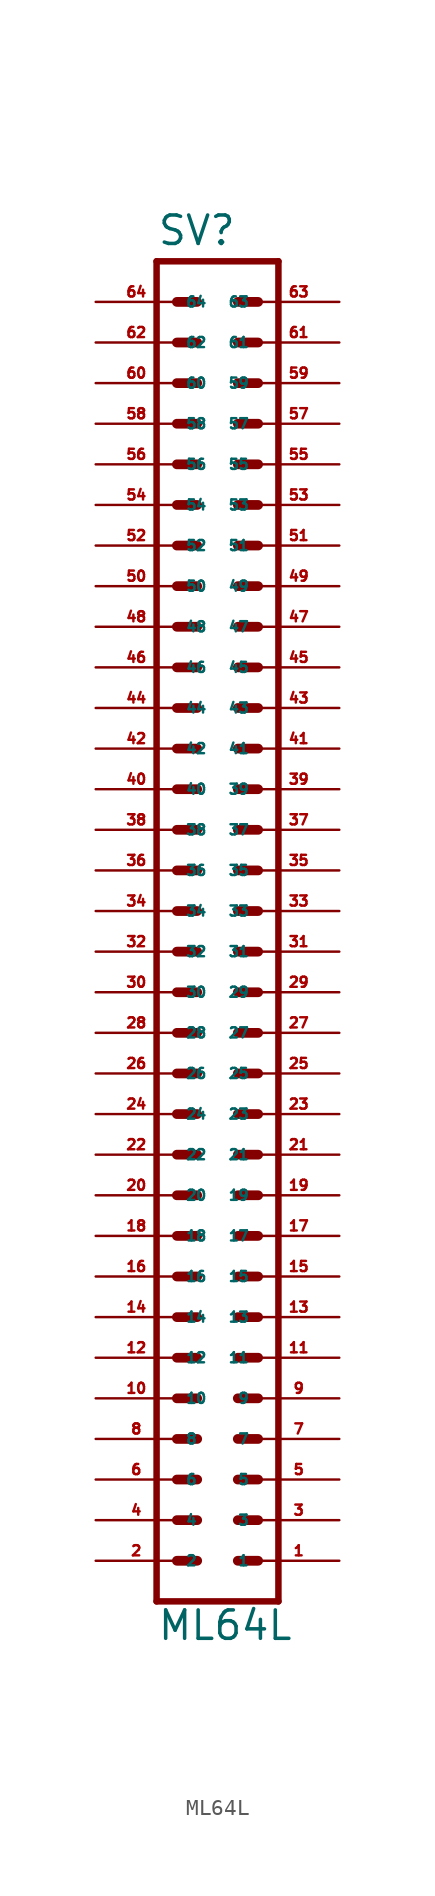
<source format=kicad_sym>
(kicad_symbol_lib
  (version 20220914)
  (generator Eagle2Kicad)
  (symbol "ML64L"
    (property "Reference" "SV"
      (at -3.81 44.069 0)
      (effects (font (size 1.778 1.778) (thickness 0.22)) (justify left bottom)))
    (property "Value" "ML64L"
      (at -3.81 -43.18 0)
      (effects (font (size 1.778 1.778) (thickness 0.22)) (justify left bottom)))
    (polyline
      (pts (xy 3.81 -40.64) (xy -3.81 -40.64))
      (stroke (width 0.406) (type default))
      (fill (type none)))
    (polyline
      (pts (xy -3.81 43.18) (xy -3.81 -40.64))
      (stroke (width 0.406) (type default))
      (fill (type none)))
    (polyline
      (pts (xy -3.81 43.18) (xy 3.81 43.18))
      (stroke (width 0.406) (type default))
      (fill (type none)))
    (polyline
      (pts (xy 3.81 -40.64) (xy 3.81 43.18))
      (stroke (width 0.406) (type default))
      (fill (type none)))
    (polyline
      (pts (xy 1.27 -27.94) (xy 2.54 -27.94))
      (stroke (width 0.61) (type default))
      (fill (type none)))
    (polyline
      (pts (xy 1.27 -30.48) (xy 2.54 -30.48))
      (stroke (width 0.61) (type default))
      (fill (type none)))
    (polyline
      (pts (xy 1.27 -33.02) (xy 2.54 -33.02))
      (stroke (width 0.61) (type default))
      (fill (type none)))
    (polyline
      (pts (xy 1.27 -35.56) (xy 2.54 -35.56))
      (stroke (width 0.61) (type default))
      (fill (type none)))
    (polyline
      (pts (xy 1.27 -38.1) (xy 2.54 -38.1))
      (stroke (width 0.61) (type default))
      (fill (type none)))
    (polyline
      (pts (xy -2.54 -27.94) (xy -1.27 -27.94))
      (stroke (width 0.61) (type default))
      (fill (type none)))
    (polyline
      (pts (xy -2.54 -30.48) (xy -1.27 -30.48))
      (stroke (width 0.61) (type default))
      (fill (type none)))
    (polyline
      (pts (xy -2.54 -33.02) (xy -1.27 -33.02))
      (stroke (width 0.61) (type default))
      (fill (type none)))
    (polyline
      (pts (xy -2.54 -35.56) (xy -1.27 -35.56))
      (stroke (width 0.61) (type default))
      (fill (type none)))
    (polyline
      (pts (xy -2.54 -38.1) (xy -1.27 -38.1))
      (stroke (width 0.61) (type default))
      (fill (type none)))
    (polyline
      (pts (xy 1.27 -25.4) (xy 2.54 -25.4))
      (stroke (width 0.61) (type default))
      (fill (type none)))
    (polyline
      (pts (xy 1.27 -22.86) (xy 2.54 -22.86))
      (stroke (width 0.61) (type default))
      (fill (type none)))
    (polyline
      (pts (xy 1.27 -20.32) (xy 2.54 -20.32))
      (stroke (width 0.61) (type default))
      (fill (type none)))
    (polyline
      (pts (xy 1.27 -17.78) (xy 2.54 -17.78))
      (stroke (width 0.61) (type default))
      (fill (type none)))
    (polyline
      (pts (xy 1.27 -15.24) (xy 2.54 -15.24))
      (stroke (width 0.61) (type default))
      (fill (type none)))
    (polyline
      (pts (xy -2.54 -25.4) (xy -1.27 -25.4))
      (stroke (width 0.61) (type default))
      (fill (type none)))
    (polyline
      (pts (xy -2.54 -22.86) (xy -1.27 -22.86))
      (stroke (width 0.61) (type default))
      (fill (type none)))
    (polyline
      (pts (xy -2.54 -20.32) (xy -1.27 -20.32))
      (stroke (width 0.61) (type default))
      (fill (type none)))
    (polyline
      (pts (xy -2.54 -17.78) (xy -1.27 -17.78))
      (stroke (width 0.61) (type default))
      (fill (type none)))
    (polyline
      (pts (xy -2.54 -15.24) (xy -1.27 -15.24))
      (stroke (width 0.61) (type default))
      (fill (type none)))
    (polyline
      (pts (xy 1.27 -12.7) (xy 2.54 -12.7))
      (stroke (width 0.61) (type default))
      (fill (type none)))
    (polyline
      (pts (xy 1.27 -10.16) (xy 2.54 -10.16))
      (stroke (width 0.61) (type default))
      (fill (type none)))
    (polyline
      (pts (xy 1.27 -7.62) (xy 2.54 -7.62))
      (stroke (width 0.61) (type default))
      (fill (type none)))
    (polyline
      (pts (xy -2.54 -12.7) (xy -1.27 -12.7))
      (stroke (width 0.61) (type default))
      (fill (type none)))
    (polyline
      (pts (xy -2.54 -10.16) (xy -1.27 -10.16))
      (stroke (width 0.61) (type default))
      (fill (type none)))
    (polyline
      (pts (xy -2.54 -7.62) (xy -1.27 -7.62))
      (stroke (width 0.61) (type default))
      (fill (type none)))
    (polyline
      (pts (xy 1.27 -5.08) (xy 2.54 -5.08))
      (stroke (width 0.61) (type default))
      (fill (type none)))
    (polyline
      (pts (xy 1.27 -2.54) (xy 2.54 -2.54))
      (stroke (width 0.61) (type default))
      (fill (type none)))
    (polyline
      (pts (xy 1.27 0) (xy 2.54 0))
      (stroke (width 0.61) (type default))
      (fill (type none)))
    (polyline
      (pts (xy 1.27 2.54) (xy 2.54 2.54))
      (stroke (width 0.61) (type default))
      (fill (type none)))
    (polyline
      (pts (xy 1.27 5.08) (xy 2.54 5.08))
      (stroke (width 0.61) (type default))
      (fill (type none)))
    (polyline
      (pts (xy 1.27 7.62) (xy 2.54 7.62))
      (stroke (width 0.61) (type default))
      (fill (type none)))
    (polyline
      (pts (xy 1.27 10.16) (xy 2.54 10.16))
      (stroke (width 0.61) (type default))
      (fill (type none)))
    (polyline
      (pts (xy -2.54 -5.08) (xy -1.27 -5.08))
      (stroke (width 0.61) (type default))
      (fill (type none)))
    (polyline
      (pts (xy -2.54 -2.54) (xy -1.27 -2.54))
      (stroke (width 0.61) (type default))
      (fill (type none)))
    (polyline
      (pts (xy -2.54 0) (xy -1.27 0))
      (stroke (width 0.61) (type default))
      (fill (type none)))
    (polyline
      (pts (xy -2.54 2.54) (xy -1.27 2.54))
      (stroke (width 0.61) (type default))
      (fill (type none)))
    (polyline
      (pts (xy -2.54 5.08) (xy -1.27 5.08))
      (stroke (width 0.61) (type default))
      (fill (type none)))
    (polyline
      (pts (xy -2.54 7.62) (xy -1.27 7.62))
      (stroke (width 0.61) (type default))
      (fill (type none)))
    (polyline
      (pts (xy -2.54 10.16) (xy -1.27 10.16))
      (stroke (width 0.61) (type default))
      (fill (type none)))
    (polyline
      (pts (xy -2.54 12.7) (xy -1.27 12.7))
      (stroke (width 0.61) (type default))
      (fill (type none)))
    (polyline
      (pts (xy -2.54 15.24) (xy -1.27 15.24))
      (stroke (width 0.61) (type default))
      (fill (type none)))
    (polyline
      (pts (xy -2.54 17.78) (xy -1.27 17.78))
      (stroke (width 0.61) (type default))
      (fill (type none)))
    (polyline
      (pts (xy 1.27 12.7) (xy 2.54 12.7))
      (stroke (width 0.61) (type default))
      (fill (type none)))
    (polyline
      (pts (xy 1.27 15.24) (xy 2.54 15.24))
      (stroke (width 0.61) (type default))
      (fill (type none)))
    (polyline
      (pts (xy 1.27 17.78) (xy 2.54 17.78))
      (stroke (width 0.61) (type default))
      (fill (type none)))
    (polyline
      (pts (xy -2.54 20.32) (xy -1.27 20.32))
      (stroke (width 0.61) (type default))
      (fill (type none)))
    (polyline
      (pts (xy -2.54 22.86) (xy -1.27 22.86))
      (stroke (width 0.61) (type default))
      (fill (type none)))
    (polyline
      (pts (xy 1.27 20.32) (xy 2.54 20.32))
      (stroke (width 0.61) (type default))
      (fill (type none)))
    (polyline
      (pts (xy 1.27 22.86) (xy 2.54 22.86))
      (stroke (width 0.61) (type default))
      (fill (type none)))
    (polyline
      (pts (xy -2.54 25.4) (xy -1.27 25.4))
      (stroke (width 0.61) (type default))
      (fill (type none)))
    (polyline
      (pts (xy -2.54 27.94) (xy -1.27 27.94))
      (stroke (width 0.61) (type default))
      (fill (type none)))
    (polyline
      (pts (xy -2.54 30.48) (xy -1.27 30.48))
      (stroke (width 0.61) (type default))
      (fill (type none)))
    (polyline
      (pts (xy -2.54 33.02) (xy -1.27 33.02))
      (stroke (width 0.61) (type default))
      (fill (type none)))
    (polyline
      (pts (xy -2.54 35.56) (xy -1.27 35.56))
      (stroke (width 0.61) (type default))
      (fill (type none)))
    (polyline
      (pts (xy -2.54 38.1) (xy -1.27 38.1))
      (stroke (width 0.61) (type default))
      (fill (type none)))
    (polyline
      (pts (xy -2.54 40.64) (xy -1.27 40.64))
      (stroke (width 0.61) (type default))
      (fill (type none)))
    (polyline
      (pts (xy 1.27 25.4) (xy 2.54 25.4))
      (stroke (width 0.61) (type default))
      (fill (type none)))
    (polyline
      (pts (xy 1.27 27.94) (xy 2.54 27.94))
      (stroke (width 0.61) (type default))
      (fill (type none)))
    (polyline
      (pts (xy 1.27 30.48) (xy 2.54 30.48))
      (stroke (width 0.61) (type default))
      (fill (type none)))
    (polyline
      (pts (xy 1.27 33.02) (xy 2.54 33.02))
      (stroke (width 0.61) (type default))
      (fill (type none)))
    (polyline
      (pts (xy 1.27 35.56) (xy 2.54 35.56))
      (stroke (width 0.61) (type default))
      (fill (type none)))
    (polyline
      (pts (xy 1.27 38.1) (xy 2.54 38.1))
      (stroke (width 0.61) (type default))
      (fill (type none)))
    (polyline
      (pts (xy 1.27 40.64) (xy 2.54 40.64))
      (stroke (width 0.61) (type default))
      (fill (type none)))
    (pin passive line
      (at 7.62 -38.1 180)
      (length 5.08)
      (name "1" (effects (font (size 0.635 0.635) (thickness 0.08)) (justify left bottom)))
      (number "1" (effects (font (size 0.635 0.635) (thickness 0.08)) (justify left bottom))))
    (pin passive line
      (at 7.62 -35.56 180)
      (length 5.08)
      (name "3" (effects (font (size 0.635 0.635) (thickness 0.08)) (justify left bottom)))
      (number "3" (effects (font (size 0.635 0.635) (thickness 0.08)) (justify left bottom))))
    (pin passive line
      (at 7.62 -33.02 180)
      (length 5.08)
      (name "5" (effects (font (size 0.635 0.635) (thickness 0.08)) (justify left bottom)))
      (number "5" (effects (font (size 0.635 0.635) (thickness 0.08)) (justify left bottom))))
    (pin passive line
      (at 7.62 -30.48 180)
      (length 5.08)
      (name "7" (effects (font (size 0.635 0.635) (thickness 0.08)) (justify left bottom)))
      (number "7" (effects (font (size 0.635 0.635) (thickness 0.08)) (justify left bottom))))
    (pin passive line
      (at 7.62 -27.94 180)
      (length 5.08)
      (name "9" (effects (font (size 0.635 0.635) (thickness 0.08)) (justify left bottom)))
      (number "9" (effects (font (size 0.635 0.635) (thickness 0.08)) (justify left bottom))))
    (pin passive line
      (at 7.62 -25.4 180)
      (length 5.08)
      (name "11" (effects (font (size 0.635 0.635) (thickness 0.08)) (justify left bottom)))
      (number "11" (effects (font (size 0.635 0.635) (thickness 0.08)) (justify left bottom))))
    (pin passive line
      (at 7.62 -22.86 180)
      (length 5.08)
      (name "13" (effects (font (size 0.635 0.635) (thickness 0.08)) (justify left bottom)))
      (number "13" (effects (font (size 0.635 0.635) (thickness 0.08)) (justify left bottom))))
    (pin passive line
      (at 7.62 -20.32 180)
      (length 5.08)
      (name "15" (effects (font (size 0.635 0.635) (thickness 0.08)) (justify left bottom)))
      (number "15" (effects (font (size 0.635 0.635) (thickness 0.08)) (justify left bottom))))
    (pin passive line
      (at 7.62 -17.78 180)
      (length 5.08)
      (name "17" (effects (font (size 0.635 0.635) (thickness 0.08)) (justify left bottom)))
      (number "17" (effects (font (size 0.635 0.635) (thickness 0.08)) (justify left bottom))))
    (pin passive line
      (at 7.62 -15.24 180)
      (length 5.08)
      (name "19" (effects (font (size 0.635 0.635) (thickness 0.08)) (justify left bottom)))
      (number "19" (effects (font (size 0.635 0.635) (thickness 0.08)) (justify left bottom))))
    (pin passive line
      (at 7.62 -12.7 180)
      (length 5.08)
      (name "21" (effects (font (size 0.635 0.635) (thickness 0.08)) (justify left bottom)))
      (number "21" (effects (font (size 0.635 0.635) (thickness 0.08)) (justify left bottom))))
    (pin passive line
      (at 7.62 -10.16 180)
      (length 5.08)
      (name "23" (effects (font (size 0.635 0.635) (thickness 0.08)) (justify left bottom)))
      (number "23" (effects (font (size 0.635 0.635) (thickness 0.08)) (justify left bottom))))
    (pin passive line
      (at 7.62 -7.62 180)
      (length 5.08)
      (name "25" (effects (font (size 0.635 0.635) (thickness 0.08)) (justify left bottom)))
      (number "25" (effects (font (size 0.635 0.635) (thickness 0.08)) (justify left bottom))))
    (pin passive line
      (at 7.62 -5.08 180)
      (length 5.08)
      (name "27" (effects (font (size 0.635 0.635) (thickness 0.08)) (justify left bottom)))
      (number "27" (effects (font (size 0.635 0.635) (thickness 0.08)) (justify left bottom))))
    (pin passive line
      (at 7.62 -2.54 180)
      (length 5.08)
      (name "29" (effects (font (size 0.635 0.635) (thickness 0.08)) (justify left bottom)))
      (number "29" (effects (font (size 0.635 0.635) (thickness 0.08)) (justify left bottom))))
    (pin passive line
      (at 7.62 0 180)
      (length 5.08)
      (name "31" (effects (font (size 0.635 0.635) (thickness 0.08)) (justify left bottom)))
      (number "31" (effects (font (size 0.635 0.635) (thickness 0.08)) (justify left bottom))))
    (pin passive line
      (at 7.62 2.54 180)
      (length 5.08)
      (name "33" (effects (font (size 0.635 0.635) (thickness 0.08)) (justify left bottom)))
      (number "33" (effects (font (size 0.635 0.635) (thickness 0.08)) (justify left bottom))))
    (pin passive line
      (at 7.62 5.08 180)
      (length 5.08)
      (name "35" (effects (font (size 0.635 0.635) (thickness 0.08)) (justify left bottom)))
      (number "35" (effects (font (size 0.635 0.635) (thickness 0.08)) (justify left bottom))))
    (pin passive line
      (at 7.62 7.62 180)
      (length 5.08)
      (name "37" (effects (font (size 0.635 0.635) (thickness 0.08)) (justify left bottom)))
      (number "37" (effects (font (size 0.635 0.635) (thickness 0.08)) (justify left bottom))))
    (pin passive line
      (at 7.62 10.16 180)
      (length 5.08)
      (name "39" (effects (font (size 0.635 0.635) (thickness 0.08)) (justify left bottom)))
      (number "39" (effects (font (size 0.635 0.635) (thickness 0.08)) (justify left bottom))))
    (pin passive line
      (at -7.62 -38.1 0)
      (length 5.08)
      (name "2" (effects (font (size 0.635 0.635) (thickness 0.08)) (justify left bottom)))
      (number "2" (effects (font (size 0.635 0.635) (thickness 0.08)) (justify left bottom))))
    (pin passive line
      (at -7.62 -35.56 0)
      (length 5.08)
      (name "4" (effects (font (size 0.635 0.635) (thickness 0.08)) (justify left bottom)))
      (number "4" (effects (font (size 0.635 0.635) (thickness 0.08)) (justify left bottom))))
    (pin passive line
      (at -7.62 -33.02 0)
      (length 5.08)
      (name "6" (effects (font (size 0.635 0.635) (thickness 0.08)) (justify left bottom)))
      (number "6" (effects (font (size 0.635 0.635) (thickness 0.08)) (justify left bottom))))
    (pin passive line
      (at -7.62 -30.48 0)
      (length 5.08)
      (name "8" (effects (font (size 0.635 0.635) (thickness 0.08)) (justify left bottom)))
      (number "8" (effects (font (size 0.635 0.635) (thickness 0.08)) (justify left bottom))))
    (pin passive line
      (at -7.62 -27.94 0)
      (length 5.08)
      (name "10" (effects (font (size 0.635 0.635) (thickness 0.08)) (justify left bottom)))
      (number "10" (effects (font (size 0.635 0.635) (thickness 0.08)) (justify left bottom))))
    (pin passive line
      (at -7.62 -25.4 0)
      (length 5.08)
      (name "12" (effects (font (size 0.635 0.635) (thickness 0.08)) (justify left bottom)))
      (number "12" (effects (font (size 0.635 0.635) (thickness 0.08)) (justify left bottom))))
    (pin passive line
      (at -7.62 -22.86 0)
      (length 5.08)
      (name "14" (effects (font (size 0.635 0.635) (thickness 0.08)) (justify left bottom)))
      (number "14" (effects (font (size 0.635 0.635) (thickness 0.08)) (justify left bottom))))
    (pin passive line
      (at -7.62 -20.32 0)
      (length 5.08)
      (name "16" (effects (font (size 0.635 0.635) (thickness 0.08)) (justify left bottom)))
      (number "16" (effects (font (size 0.635 0.635) (thickness 0.08)) (justify left bottom))))
    (pin passive line
      (at -7.62 -17.78 0)
      (length 5.08)
      (name "18" (effects (font (size 0.635 0.635) (thickness 0.08)) (justify left bottom)))
      (number "18" (effects (font (size 0.635 0.635) (thickness 0.08)) (justify left bottom))))
    (pin passive line
      (at -7.62 -15.24 0)
      (length 5.08)
      (name "20" (effects (font (size 0.635 0.635) (thickness 0.08)) (justify left bottom)))
      (number "20" (effects (font (size 0.635 0.635) (thickness 0.08)) (justify left bottom))))
    (pin passive line
      (at -7.62 -12.7 0)
      (length 5.08)
      (name "22" (effects (font (size 0.635 0.635) (thickness 0.08)) (justify left bottom)))
      (number "22" (effects (font (size 0.635 0.635) (thickness 0.08)) (justify left bottom))))
    (pin passive line
      (at -7.62 -10.16 0)
      (length 5.08)
      (name "24" (effects (font (size 0.635 0.635) (thickness 0.08)) (justify left bottom)))
      (number "24" (effects (font (size 0.635 0.635) (thickness 0.08)) (justify left bottom))))
    (pin passive line
      (at -7.62 -7.62 0)
      (length 5.08)
      (name "26" (effects (font (size 0.635 0.635) (thickness 0.08)) (justify left bottom)))
      (number "26" (effects (font (size 0.635 0.635) (thickness 0.08)) (justify left bottom))))
    (pin passive line
      (at -7.62 -5.08 0)
      (length 5.08)
      (name "28" (effects (font (size 0.635 0.635) (thickness 0.08)) (justify left bottom)))
      (number "28" (effects (font (size 0.635 0.635) (thickness 0.08)) (justify left bottom))))
    (pin passive line
      (at -7.62 -2.54 0)
      (length 5.08)
      (name "30" (effects (font (size 0.635 0.635) (thickness 0.08)) (justify left bottom)))
      (number "30" (effects (font (size 0.635 0.635) (thickness 0.08)) (justify left bottom))))
    (pin passive line
      (at -7.62 0 0)
      (length 5.08)
      (name "32" (effects (font (size 0.635 0.635) (thickness 0.08)) (justify left bottom)))
      (number "32" (effects (font (size 0.635 0.635) (thickness 0.08)) (justify left bottom))))
    (pin passive line
      (at -7.62 2.54 0)
      (length 5.08)
      (name "34" (effects (font (size 0.635 0.635) (thickness 0.08)) (justify left bottom)))
      (number "34" (effects (font (size 0.635 0.635) (thickness 0.08)) (justify left bottom))))
    (pin passive line
      (at -7.62 5.08 0)
      (length 5.08)
      (name "36" (effects (font (size 0.635 0.635) (thickness 0.08)) (justify left bottom)))
      (number "36" (effects (font (size 0.635 0.635) (thickness 0.08)) (justify left bottom))))
    (pin passive line
      (at -7.62 7.62 0)
      (length 5.08)
      (name "38" (effects (font (size 0.635 0.635) (thickness 0.08)) (justify left bottom)))
      (number "38" (effects (font (size 0.635 0.635) (thickness 0.08)) (justify left bottom))))
    (pin passive line
      (at -7.62 10.16 0)
      (length 5.08)
      (name "40" (effects (font (size 0.635 0.635) (thickness 0.08)) (justify left bottom)))
      (number "40" (effects (font (size 0.635 0.635) (thickness 0.08)) (justify left bottom))))
    (pin passive line
      (at 7.62 12.7 180)
      (length 5.08)
      (name "41" (effects (font (size 0.635 0.635) (thickness 0.08)) (justify left bottom)))
      (number "41" (effects (font (size 0.635 0.635) (thickness 0.08)) (justify left bottom))))
    (pin passive line
      (at 7.62 15.24 180)
      (length 5.08)
      (name "43" (effects (font (size 0.635 0.635) (thickness 0.08)) (justify left bottom)))
      (number "43" (effects (font (size 0.635 0.635) (thickness 0.08)) (justify left bottom))))
    (pin passive line
      (at 7.62 17.78 180)
      (length 5.08)
      (name "45" (effects (font (size 0.635 0.635) (thickness 0.08)) (justify left bottom)))
      (number "45" (effects (font (size 0.635 0.635) (thickness 0.08)) (justify left bottom))))
    (pin passive line
      (at 7.62 20.32 180)
      (length 5.08)
      (name "47" (effects (font (size 0.635 0.635) (thickness 0.08)) (justify left bottom)))
      (number "47" (effects (font (size 0.635 0.635) (thickness 0.08)) (justify left bottom))))
    (pin passive line
      (at 7.62 22.86 180)
      (length 5.08)
      (name "49" (effects (font (size 0.635 0.635) (thickness 0.08)) (justify left bottom)))
      (number "49" (effects (font (size 0.635 0.635) (thickness 0.08)) (justify left bottom))))
    (pin passive line
      (at -7.62 12.7 0)
      (length 5.08)
      (name "42" (effects (font (size 0.635 0.635) (thickness 0.08)) (justify left bottom)))
      (number "42" (effects (font (size 0.635 0.635) (thickness 0.08)) (justify left bottom))))
    (pin passive line
      (at -7.62 15.24 0)
      (length 5.08)
      (name "44" (effects (font (size 0.635 0.635) (thickness 0.08)) (justify left bottom)))
      (number "44" (effects (font (size 0.635 0.635) (thickness 0.08)) (justify left bottom))))
    (pin passive line
      (at -7.62 17.78 0)
      (length 5.08)
      (name "46" (effects (font (size 0.635 0.635) (thickness 0.08)) (justify left bottom)))
      (number "46" (effects (font (size 0.635 0.635) (thickness 0.08)) (justify left bottom))))
    (pin passive line
      (at -7.62 20.32 0)
      (length 5.08)
      (name "48" (effects (font (size 0.635 0.635) (thickness 0.08)) (justify left bottom)))
      (number "48" (effects (font (size 0.635 0.635) (thickness 0.08)) (justify left bottom))))
    (pin passive line
      (at -7.62 22.86 0)
      (length 5.08)
      (name "50" (effects (font (size 0.635 0.635) (thickness 0.08)) (justify left bottom)))
      (number "50" (effects (font (size 0.635 0.635) (thickness 0.08)) (justify left bottom))))
    (pin passive line
      (at 7.62 25.4 180)
      (length 5.08)
      (name "51" (effects (font (size 0.635 0.635) (thickness 0.08)) (justify left bottom)))
      (number "51" (effects (font (size 0.635 0.635) (thickness 0.08)) (justify left bottom))))
    (pin passive line
      (at 7.62 27.94 180)
      (length 5.08)
      (name "53" (effects (font (size 0.635 0.635) (thickness 0.08)) (justify left bottom)))
      (number "53" (effects (font (size 0.635 0.635) (thickness 0.08)) (justify left bottom))))
    (pin passive line
      (at 7.62 30.48 180)
      (length 5.08)
      (name "55" (effects (font (size 0.635 0.635) (thickness 0.08)) (justify left bottom)))
      (number "55" (effects (font (size 0.635 0.635) (thickness 0.08)) (justify left bottom))))
    (pin passive line
      (at 7.62 33.02 180)
      (length 5.08)
      (name "57" (effects (font (size 0.635 0.635) (thickness 0.08)) (justify left bottom)))
      (number "57" (effects (font (size 0.635 0.635) (thickness 0.08)) (justify left bottom))))
    (pin passive line
      (at 7.62 35.56 180)
      (length 5.08)
      (name "59" (effects (font (size 0.635 0.635) (thickness 0.08)) (justify left bottom)))
      (number "59" (effects (font (size 0.635 0.635) (thickness 0.08)) (justify left bottom))))
    (pin passive line
      (at 7.62 38.1 180)
      (length 5.08)
      (name "61" (effects (font (size 0.635 0.635) (thickness 0.08)) (justify left bottom)))
      (number "61" (effects (font (size 0.635 0.635) (thickness 0.08)) (justify left bottom))))
    (pin passive line
      (at 7.62 40.64 180)
      (length 5.08)
      (name "63" (effects (font (size 0.635 0.635) (thickness 0.08)) (justify left bottom)))
      (number "63" (effects (font (size 0.635 0.635) (thickness 0.08)) (justify left bottom))))
    (pin passive line
      (at -7.62 25.4 0)
      (length 5.08)
      (name "52" (effects (font (size 0.635 0.635) (thickness 0.08)) (justify left bottom)))
      (number "52" (effects (font (size 0.635 0.635) (thickness 0.08)) (justify left bottom))))
    (pin passive line
      (at -7.62 27.94 0)
      (length 5.08)
      (name "54" (effects (font (size 0.635 0.635) (thickness 0.08)) (justify left bottom)))
      (number "54" (effects (font (size 0.635 0.635) (thickness 0.08)) (justify left bottom))))
    (pin passive line
      (at -7.62 30.48 0)
      (length 5.08)
      (name "56" (effects (font (size 0.635 0.635) (thickness 0.08)) (justify left bottom)))
      (number "56" (effects (font (size 0.635 0.635) (thickness 0.08)) (justify left bottom))))
    (pin passive line
      (at -7.62 33.02 0)
      (length 5.08)
      (name "58" (effects (font (size 0.635 0.635) (thickness 0.08)) (justify left bottom)))
      (number "58" (effects (font (size 0.635 0.635) (thickness 0.08)) (justify left bottom))))
    (pin passive line
      (at -7.62 35.56 0)
      (length 5.08)
      (name "60" (effects (font (size 0.635 0.635) (thickness 0.08)) (justify left bottom)))
      (number "60" (effects (font (size 0.635 0.635) (thickness 0.08)) (justify left bottom))))
    (pin passive line
      (at -7.62 38.1 0)
      (length 5.08)
      (name "62" (effects (font (size 0.635 0.635) (thickness 0.08)) (justify left bottom)))
      (number "62" (effects (font (size 0.635 0.635) (thickness 0.08)) (justify left bottom))))
    (pin passive line
      (at -7.62 40.64 0)
      (length 5.08)
      (name "64" (effects (font (size 0.635 0.635) (thickness 0.08)) (justify left bottom)))
      (number "64" (effects (font (size 0.635 0.635) (thickness 0.08)) (justify left bottom))))))
</source>
